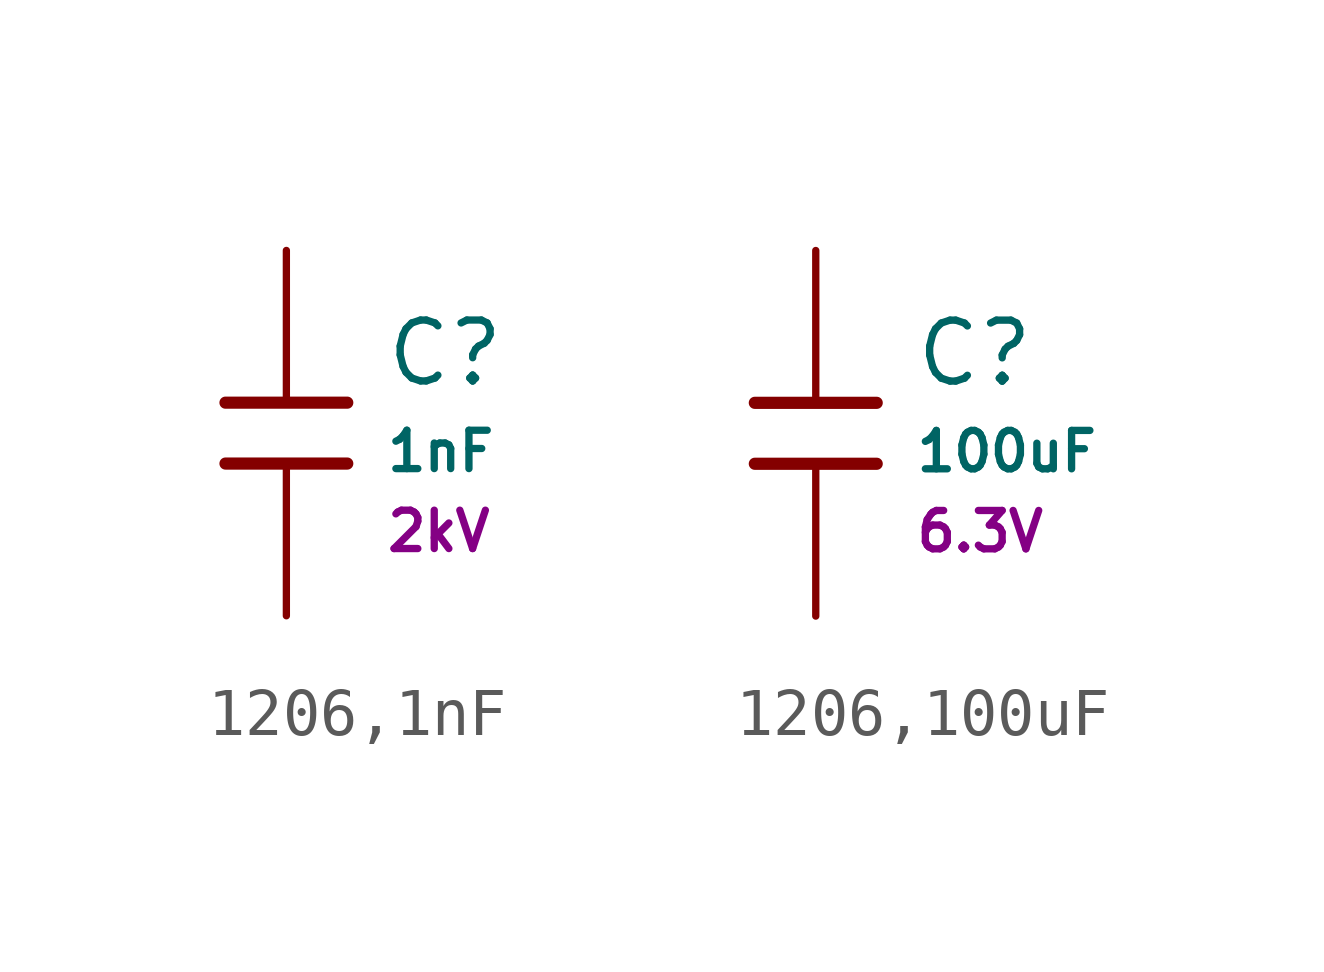
<source format=kicad_sym>
(kicad_symbol_lib
  (version 20241209)
  (generator "kicad_symbol_editor")
  (generator_version "9.0")
  (symbol "1206,1nF"
    (pin_numbers
      (hide yes))
    (pin_names
      (offset 0))
    (property "Reference" "C"
      (at 2.032 1.668 0)
      (effects (font (size 1.27 1.27)) (justify left)))
    (property "Value" "1nF"
      (at 2.032 -0.378 0)
      (effects (font (size 0.8 0.8)) (justify left)))
    (property "Voltage Rated" "2kV"
      (at 2.032 -2.046 0)
      (effects (font (size 0.8 0.8)) (justify left)))
    (symbol "1206,1nF_0_1"
      (polyline (pts (xy -1.27 0.635) (xy 1.27 0.635)) (stroke (width 0.254) (type default)) (fill (type none)))
      (polyline (pts (xy -1.27 -0.635) (xy 1.27 -0.635)) (stroke (width 0.254) (type default)) (fill (type none))))
    (symbol "1206,1nF_1_1"
      (pin passive line (at 0 3.81 270) (length 3.175) (name "~" (effects (font (size 1.27 1.27)))) (number "1" (effects (font (size 1.27 1.27)))))
      (pin passive line (at 0 -3.81 90) (length 3.175) (name "~" (effects (font (size 1.27 1.27)))) (number "2" (effects (font (size 1.27 1.27)))))))
  (symbol "1206,100uF"
    (pin_numbers
      (hide yes))
    (pin_names
      (offset 0))
    (property "Reference" "C"
      (at 2.032 1.668 0)
      (effects (font (size 1.27 1.27)) (justify left)))
    (property "Value" "100uF"
      (at 2.032 -0.378 0)
      (effects (font (size 0.8 0.8)) (justify left)))
    (property "Voltage Rated" "6.3V"
      (at 2.032 -2.046 0)
      (effects (font (size 0.8 0.8)) (justify left)))
    (symbol "1206,100uF_0_1"
      (polyline (pts (xy -1.27 0.635) (xy 1.27 0.635)) (stroke (width 0.254) (type default)) (fill (type none)))
      (polyline (pts (xy -1.27 -0.635) (xy 1.27 -0.635)) (stroke (width 0.254) (type default)) (fill (type none))))
    (symbol "1206,100uF_1_1"
      (pin passive line (at 0 3.81 270) (length 3.175) (name "~" (effects (font (size 1.27 1.27)))) (number "1" (effects (font (size 1.27 1.27)))))
      (pin passive line (at 0 -3.81 90) (length 3.175) (name "~" (effects (font (size 1.27 1.27)))) (number "2" (effects (font (size 1.27 1.27))))))))
</source>
